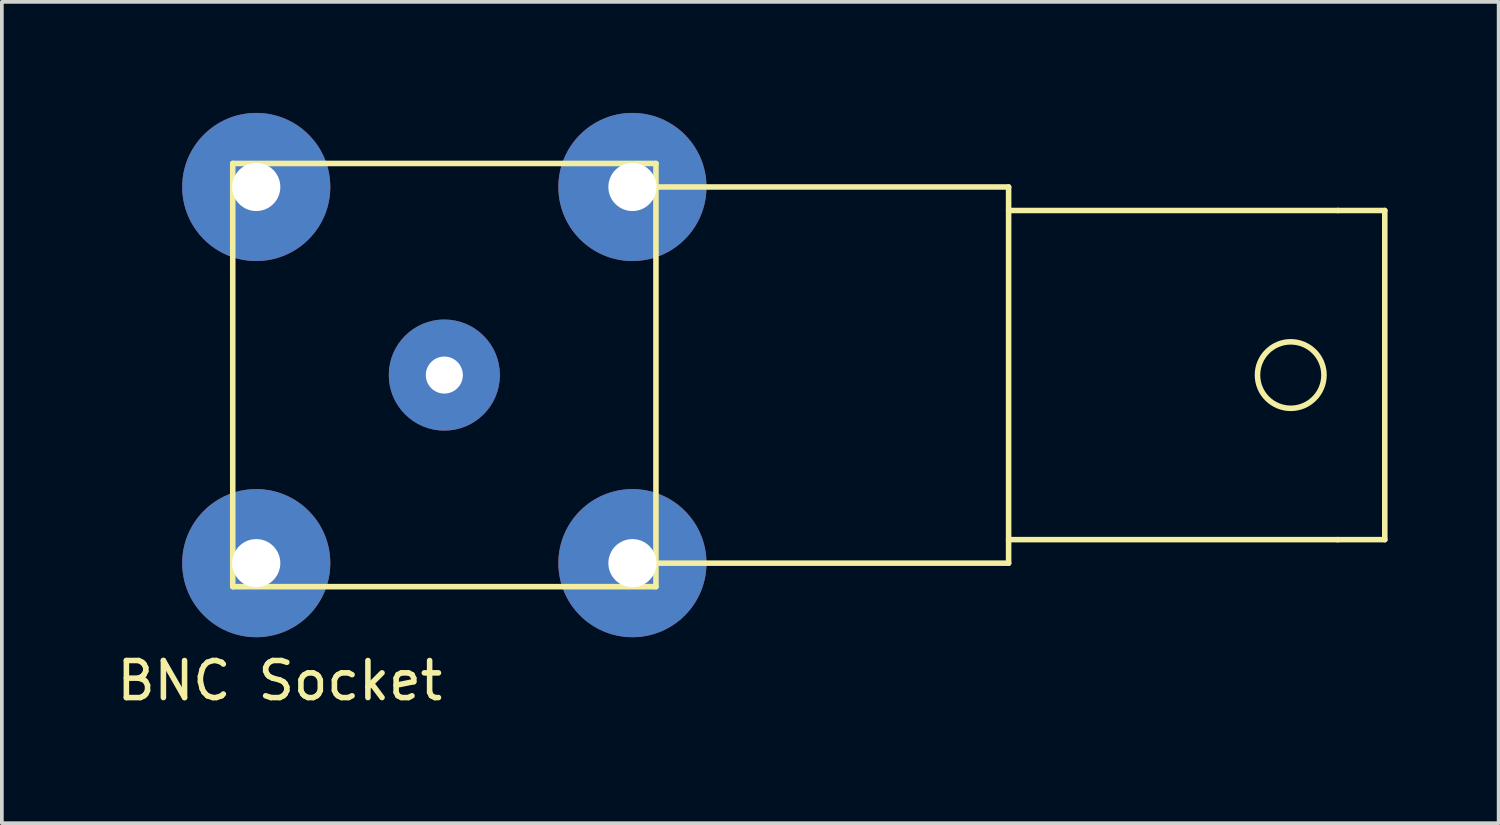
<source format=kicad_pcb>
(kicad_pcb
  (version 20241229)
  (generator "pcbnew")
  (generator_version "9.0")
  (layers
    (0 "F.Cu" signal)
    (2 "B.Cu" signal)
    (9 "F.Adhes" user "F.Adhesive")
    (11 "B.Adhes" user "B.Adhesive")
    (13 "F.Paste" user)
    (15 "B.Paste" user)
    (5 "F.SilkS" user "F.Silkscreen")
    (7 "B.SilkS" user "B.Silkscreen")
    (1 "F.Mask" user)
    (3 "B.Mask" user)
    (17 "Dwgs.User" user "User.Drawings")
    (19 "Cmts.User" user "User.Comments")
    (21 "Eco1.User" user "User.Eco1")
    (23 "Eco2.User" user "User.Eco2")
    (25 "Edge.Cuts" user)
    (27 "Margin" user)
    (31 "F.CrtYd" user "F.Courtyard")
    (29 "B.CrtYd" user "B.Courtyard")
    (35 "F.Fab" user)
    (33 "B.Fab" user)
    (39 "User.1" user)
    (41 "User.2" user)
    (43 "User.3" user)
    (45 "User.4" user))
  (footprint "BNC Socket"
    (layer "F.Cu")
    (at 8.951 7.08)
    (property "Reference" "BNC Socket" (at -4.445 8.255 0) (layer "F.SilkS") (effects (font (size 1 1) (thickness 0.15))))
    (attr through_hole)
    (fp_line (start -5.715 -5.715) (end 5.715 -5.715) (stroke (width 0.15) (type solid)) (layer "F.SilkS"))
    (fp_line (start -5.715 5.715) (end -5.715 -5.715) (stroke (width 0.15) (type solid)) (layer "F.SilkS"))
    (fp_line (start 5.715 -5.715) (end 5.715 5.715) (stroke (width 0.15) (type solid)) (layer "F.SilkS"))
    (fp_line (start 5.715 -5.08) (end 15.24 -5.08) (stroke (width 0.15) (type solid)) (layer "F.SilkS"))
    (fp_line (start 5.715 5.715) (end -5.715 5.715) (stroke (width 0.15) (type solid)) (layer "F.SilkS"))
    (fp_line (start 15.24 -5.08) (end 15.24 5.08) (stroke (width 0.15) (type solid)) (layer "F.SilkS"))
    (fp_line (start 15.24 -4.445) (end 24.13 -4.445) (stroke (width 0.15) (type solid)) (layer "F.SilkS"))
    (fp_line (start 15.24 5.08) (end 5.715 5.08) (stroke (width 0.15) (type solid)) (layer "F.SilkS"))
    (fp_line (start 24.13 -4.445) (end 25.4 -4.445) (stroke (width 0.15) (type solid)) (layer "F.SilkS"))
    (fp_line (start 24.13 4.445) (end 15.24 4.445) (stroke (width 0.15) (type solid)) (layer "F.SilkS"))
    (fp_line (start 25.4 -4.445) (end 25.4 4.445) (stroke (width 0.15) (type solid)) (layer "F.SilkS"))
    (fp_line (start 25.4 4.445) (end 24.13 4.445) (stroke (width 0.15) (type solid)) (layer "F.SilkS"))
    (fp_circle (center 22.86 0) (end 23.495 0.635) (stroke (width 0.15) (type solid)) (fill no) (layer "F.SilkS"))
    (pad "1" thru_hole circle (at 0 0) (size 3 3) (drill 1) (layers "*.Cu" "*.Mask"))
    (pad "2" thru_hole circle (at 5.08 -5.08) (size 4 4) (drill 1.3) (layers "*.Cu" "*.Mask"))
    (pad "3" thru_hole circle (at 5.08 5.08) (size 4 4) (drill 1.3) (layers "*.Cu" "*.Mask"))
    (pad "4" thru_hole circle (at -5.08 5.08) (size 4 4) (drill 1.3) (layers "*.Cu" "*.Mask"))
    (pad "5" thru_hole circle (at -5.08 -5.08) (size 4 4) (drill 1.3) (layers "*.Cu" "*.Mask")))
  (gr_rect
    (start -3 -3)
    (end 37.426 19.183)
    (stroke (width 0.1) (type default))
    (fill no)
    (layer "Edge.Cuts")))
</source>
